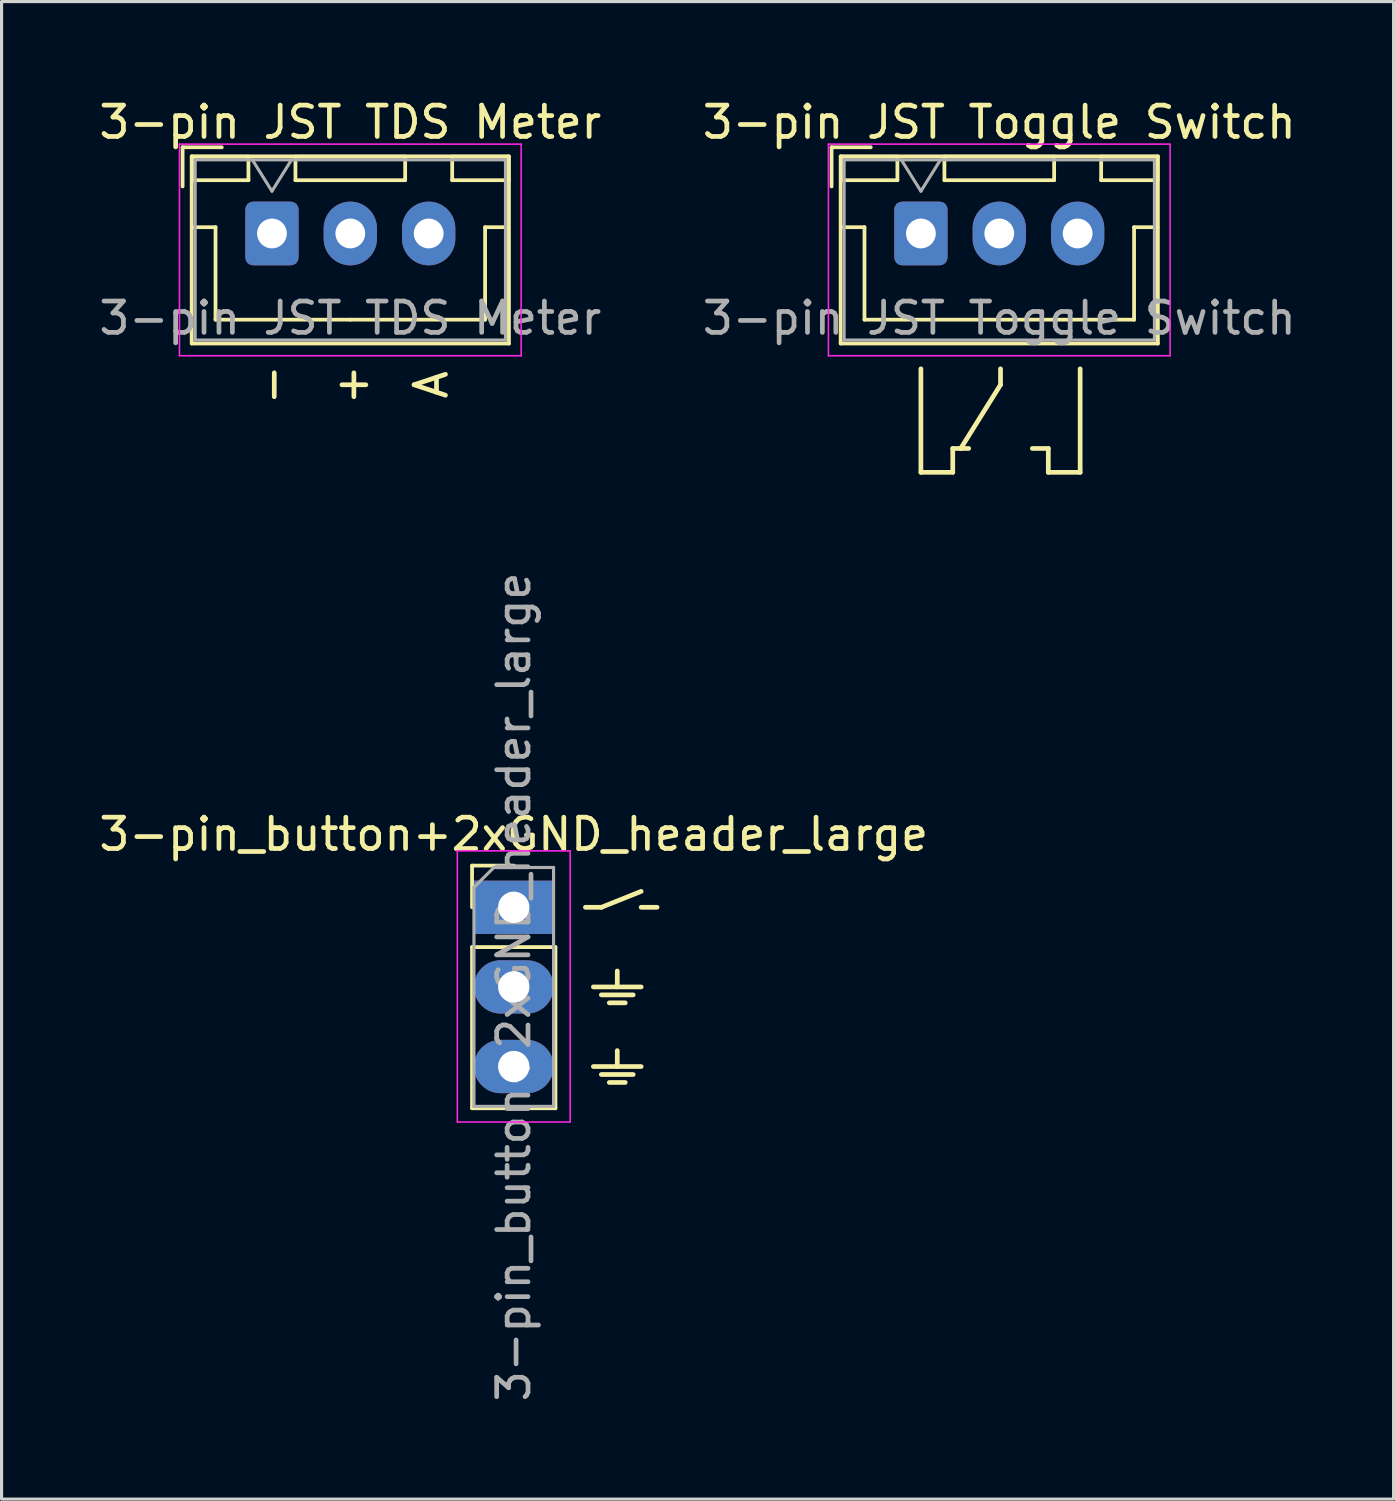
<source format=kicad_pcb>
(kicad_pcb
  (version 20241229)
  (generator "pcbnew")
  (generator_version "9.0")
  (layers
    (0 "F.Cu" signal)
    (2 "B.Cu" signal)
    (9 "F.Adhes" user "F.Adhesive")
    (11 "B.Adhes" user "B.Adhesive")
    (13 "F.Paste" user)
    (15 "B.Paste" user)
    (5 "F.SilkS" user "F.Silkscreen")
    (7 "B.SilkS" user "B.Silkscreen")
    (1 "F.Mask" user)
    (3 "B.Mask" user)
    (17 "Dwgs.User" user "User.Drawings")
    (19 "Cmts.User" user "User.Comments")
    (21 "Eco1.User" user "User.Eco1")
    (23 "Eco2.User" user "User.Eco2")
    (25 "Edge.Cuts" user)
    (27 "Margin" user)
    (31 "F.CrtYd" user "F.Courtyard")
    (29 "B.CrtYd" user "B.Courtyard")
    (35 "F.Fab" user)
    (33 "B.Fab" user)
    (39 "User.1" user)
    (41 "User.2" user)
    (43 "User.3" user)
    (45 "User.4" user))
  (footprint "3-pin JST Toggle Switch"
    (layer "F.Cu")
    (at 26.327 4.398)
    (property "Reference" "3-pin JST Toggle Switch" (at 2.5 -3.55 0) (layer "F.SilkS") (effects (font (size 1 1) (thickness 0.15))))
    (attr through_hole)
    (fp_line (start -2.85 -2.75) (end -2.85 -1.5) (stroke (width 0.12) (type solid)) (layer "F.SilkS"))
    (fp_line (start -2.56 -2.46) (end -2.56 3.51) (stroke (width 0.12) (type solid)) (layer "F.SilkS"))
    (fp_line (start -2.56 3.51) (end 7.56 3.51) (stroke (width 0.12) (type solid)) (layer "F.SilkS"))
    (fp_line (start -2.55 -2.45) (end -2.55 -1.7) (stroke (width 0.12) (type solid)) (layer "F.SilkS"))
    (fp_line (start -2.55 -1.7) (end -0.75 -1.7) (stroke (width 0.12) (type solid)) (layer "F.SilkS"))
    (fp_line (start -2.55 -0.2) (end -1.8 -0.2) (stroke (width 0.12) (type solid)) (layer "F.SilkS"))
    (fp_line (start -1.8 -0.2) (end -1.8 2.75) (stroke (width 0.12) (type solid)) (layer "F.SilkS"))
    (fp_line (start -1.8 2.75) (end 2.5 2.75) (stroke (width 0.12) (type solid)) (layer "F.SilkS"))
    (fp_line (start -1.6 -2.75) (end -2.85 -2.75) (stroke (width 0.12) (type solid)) (layer "F.SilkS"))
    (fp_line (start -0.75 -2.45) (end -2.55 -2.45) (stroke (width 0.12) (type solid)) (layer "F.SilkS"))
    (fp_line (start -0.75 -1.7) (end -0.75 -2.45) (stroke (width 0.12) (type solid)) (layer "F.SilkS"))
    (fp_line (start 0 7.62) (end 0 4.318) (stroke (width 0.15) (type solid)) (layer "F.SilkS"))
    (fp_line (start 0.75 -2.45) (end 0.75 -1.7) (stroke (width 0.12) (type solid)) (layer "F.SilkS"))
    (fp_line (start 0.75 -1.7) (end 4.25 -1.7) (stroke (width 0.12) (type solid)) (layer "F.SilkS"))
    (fp_line (start 1.016 6.858) (end 1.016 7.62) (stroke (width 0.15) (type solid)) (layer "F.SilkS"))
    (fp_line (start 1.016 7.62) (end 0 7.62) (stroke (width 0.15) (type solid)) (layer "F.SilkS"))
    (fp_line (start 1.27 6.858) (end 1.016 6.858) (stroke (width 0.15) (type solid)) (layer "F.SilkS"))
    (fp_line (start 1.524 6.858) (end 1.27 6.858) (stroke (width 0.15) (type solid)) (layer "F.SilkS"))
    (fp_line (start 2.54 4.318) (end 2.54 4.826) (stroke (width 0.15) (type solid)) (layer "F.SilkS"))
    (fp_line (start 2.54 4.826) (end 1.27 6.858) (stroke (width 0.15) (type solid)) (layer "F.SilkS"))
    (fp_line (start 3.556 6.858) (end 4.064 6.858) (stroke (width 0.15) (type solid)) (layer "F.SilkS"))
    (fp_line (start 4.064 6.858) (end 4.064 7.62) (stroke (width 0.15) (type solid)) (layer "F.SilkS"))
    (fp_line (start 4.064 7.62) (end 5.08 7.62) (stroke (width 0.15) (type solid)) (layer "F.SilkS"))
    (fp_line (start 4.25 -2.45) (end 0.75 -2.45) (stroke (width 0.12) (type solid)) (layer "F.SilkS"))
    (fp_line (start 4.25 -1.7) (end 4.25 -2.45) (stroke (width 0.12) (type solid)) (layer "F.SilkS"))
    (fp_line (start 5.08 7.62) (end 5.08 4.318) (stroke (width 0.15) (type solid)) (layer "F.SilkS"))
    (fp_line (start 5.75 -2.45) (end 5.75 -1.7) (stroke (width 0.12) (type solid)) (layer "F.SilkS"))
    (fp_line (start 5.75 -1.7) (end 7.55 -1.7) (stroke (width 0.12) (type solid)) (layer "F.SilkS"))
    (fp_line (start 6.8 -0.2) (end 6.8 2.75) (stroke (width 0.12) (type solid)) (layer "F.SilkS"))
    (fp_line (start 6.8 2.75) (end 2.5 2.75) (stroke (width 0.12) (type solid)) (layer "F.SilkS"))
    (fp_line (start 7.55 -2.45) (end 5.75 -2.45) (stroke (width 0.12) (type solid)) (layer "F.SilkS"))
    (fp_line (start 7.55 -1.7) (end 7.55 -2.45) (stroke (width 0.12) (type solid)) (layer "F.SilkS"))
    (fp_line (start 7.55 -0.2) (end 6.8 -0.2) (stroke (width 0.12) (type solid)) (layer "F.SilkS"))
    (fp_line (start 7.56 -2.46) (end -2.56 -2.46) (stroke (width 0.12) (type solid)) (layer "F.SilkS"))
    (fp_line (start 7.56 3.51) (end 7.56 -2.46) (stroke (width 0.12) (type solid)) (layer "F.SilkS"))
    (fp_line (start -2.95 -2.85) (end -2.95 3.9) (stroke (width 0.05) (type solid)) (layer "F.CrtYd"))
    (fp_line (start -2.95 3.9) (end 7.95 3.9) (stroke (width 0.05) (type solid)) (layer "F.CrtYd"))
    (fp_line (start 7.95 -2.85) (end -2.95 -2.85) (stroke (width 0.05) (type solid)) (layer "F.CrtYd"))
    (fp_line (start 7.95 3.9) (end 7.95 -2.85) (stroke (width 0.05) (type solid)) (layer "F.CrtYd"))
    (fp_line (start -2.45 -2.35) (end -2.45 3.4) (stroke (width 0.1) (type solid)) (layer "F.Fab"))
    (fp_line (start -2.45 3.4) (end 7.45 3.4) (stroke (width 0.1) (type solid)) (layer "F.Fab"))
    (fp_line (start -0.625 -2.35) (end 0 -1.35) (stroke (width 0.1) (type solid)) (layer "F.Fab"))
    (fp_line (start 0 -1.35) (end 0.625 -2.35) (stroke (width 0.1) (type solid)) (layer "F.Fab"))
    (fp_line (start 7.45 -2.35) (end -2.45 -2.35) (stroke (width 0.1) (type solid)) (layer "F.Fab"))
    (fp_line (start 7.45 3.4) (end 7.45 -2.35) (stroke (width 0.1) (type solid)) (layer "F.Fab"))
    (fp_text user "${REFERENCE}" (at 2.5 2.7 0) (layer "F.Fab") (effects (font (size 1 1) (thickness 0.15))))
    (pad "1" thru_hole roundrect (at 0 0) (size 1.7 2.032) (drill 0.95) (layers "*.Cu" "*.Mask") (roundrect_rratio 0.147))
    (pad "2" thru_hole oval (at 2.5 0) (size 1.7 2.032) (drill 0.95) (layers "*.Cu" "*.Mask"))
    (pad "3" thru_hole oval (at 5 0) (size 1.7 2.032) (drill 0.95) (layers "*.Cu" "*.Mask")))
  (footprint "3-pin JST TDS Meter"
    (layer "F.Cu")
    (at 5.625 4.398)
    (property "Reference" "3-pin JST TDS Meter" (at 2.5 -3.55 0) (layer "F.SilkS") (effects (font (size 1 1) (thickness 0.15))))
    (attr through_hole)
    (fp_line (start -2.85 -2.75) (end -2.85 -1.5) (stroke (width 0.12) (type solid)) (layer "F.SilkS"))
    (fp_line (start -2.56 -2.46) (end -2.56 3.51) (stroke (width 0.12) (type solid)) (layer "F.SilkS"))
    (fp_line (start -2.56 3.51) (end 7.56 3.51) (stroke (width 0.12) (type solid)) (layer "F.SilkS"))
    (fp_line (start -2.55 -2.45) (end -2.55 -1.7) (stroke (width 0.12) (type solid)) (layer "F.SilkS"))
    (fp_line (start -2.55 -1.7) (end -0.75 -1.7) (stroke (width 0.12) (type solid)) (layer "F.SilkS"))
    (fp_line (start -2.55 -0.2) (end -1.8 -0.2) (stroke (width 0.12) (type solid)) (layer "F.SilkS"))
    (fp_line (start -1.8 -0.2) (end -1.8 2.75) (stroke (width 0.12) (type solid)) (layer "F.SilkS"))
    (fp_line (start -1.8 2.75) (end 2.5 2.75) (stroke (width 0.12) (type solid)) (layer "F.SilkS"))
    (fp_line (start -1.6 -2.75) (end -2.85 -2.75) (stroke (width 0.12) (type solid)) (layer "F.SilkS"))
    (fp_line (start -0.75 -2.45) (end -2.55 -2.45) (stroke (width 0.12) (type solid)) (layer "F.SilkS"))
    (fp_line (start -0.75 -1.7) (end -0.75 -2.45) (stroke (width 0.12) (type solid)) (layer "F.SilkS"))
    (fp_line (start 0.75 -2.45) (end 0.75 -1.7) (stroke (width 0.12) (type solid)) (layer "F.SilkS"))
    (fp_line (start 0.75 -1.7) (end 4.25 -1.7) (stroke (width 0.12) (type solid)) (layer "F.SilkS"))
    (fp_line (start 4.25 -2.45) (end 0.75 -2.45) (stroke (width 0.12) (type solid)) (layer "F.SilkS"))
    (fp_line (start 4.25 -1.7) (end 4.25 -2.45) (stroke (width 0.12) (type solid)) (layer "F.SilkS"))
    (fp_line (start 5.75 -2.45) (end 5.75 -1.7) (stroke (width 0.12) (type solid)) (layer "F.SilkS"))
    (fp_line (start 5.75 -1.7) (end 7.55 -1.7) (stroke (width 0.12) (type solid)) (layer "F.SilkS"))
    (fp_line (start 6.8 -0.2) (end 6.8 2.75) (stroke (width 0.12) (type solid)) (layer "F.SilkS"))
    (fp_line (start 6.8 2.75) (end 2.5 2.75) (stroke (width 0.12) (type solid)) (layer "F.SilkS"))
    (fp_line (start 7.55 -2.45) (end 5.75 -2.45) (stroke (width 0.12) (type solid)) (layer "F.SilkS"))
    (fp_line (start 7.55 -1.7) (end 7.55 -2.45) (stroke (width 0.12) (type solid)) (layer "F.SilkS"))
    (fp_line (start 7.55 -0.2) (end 6.8 -0.2) (stroke (width 0.12) (type solid)) (layer "F.SilkS"))
    (fp_line (start 7.56 -2.46) (end -2.56 -2.46) (stroke (width 0.12) (type solid)) (layer "F.SilkS"))
    (fp_line (start 7.56 3.51) (end 7.56 -2.46) (stroke (width 0.12) (type solid)) (layer "F.SilkS"))
    (fp_line (start -2.95 -2.85) (end -2.95 3.9) (stroke (width 0.05) (type solid)) (layer "F.CrtYd"))
    (fp_line (start -2.95 3.9) (end 7.95 3.9) (stroke (width 0.05) (type solid)) (layer "F.CrtYd"))
    (fp_line (start 7.95 -2.85) (end -2.95 -2.85) (stroke (width 0.05) (type solid)) (layer "F.CrtYd"))
    (fp_line (start 7.95 3.9) (end 7.95 -2.85) (stroke (width 0.05) (type solid)) (layer "F.CrtYd"))
    (fp_line (start -2.45 -2.35) (end -2.45 3.4) (stroke (width 0.1) (type solid)) (layer "F.Fab"))
    (fp_line (start -2.45 3.4) (end 7.45 3.4) (stroke (width 0.1) (type solid)) (layer "F.Fab"))
    (fp_line (start -0.625 -2.35) (end 0 -1.35) (stroke (width 0.1) (type solid)) (layer "F.Fab"))
    (fp_line (start 0 -1.35) (end 0.625 -2.35) (stroke (width 0.1) (type solid)) (layer "F.Fab"))
    (fp_line (start 7.45 -2.35) (end -2.45 -2.35) (stroke (width 0.1) (type solid)) (layer "F.Fab"))
    (fp_line (start 7.45 3.4) (end 7.45 -2.35) (stroke (width 0.1) (type solid)) (layer "F.Fab"))
    (fp_text user "+" (at 2.54 4.826 90) (unlocked yes) (layer "F.SilkS") (effects (font (size 1 1) (thickness 0.15))))
    (fp_text user "A" (at 5.08 4.826 90) (unlocked yes) (layer "F.SilkS") (effects (font (size 1 1) (thickness 0.15))))
    (fp_text user "-" (at 0 4.826 90) (unlocked yes) (layer "F.SilkS") (effects (font (size 1 1) (thickness 0.15))))
    (fp_text user "${REFERENCE}" (at 2.5 2.7 0) (layer "F.Fab") (effects (font (size 1 1) (thickness 0.15))))
    (pad "1" thru_hole roundrect (at 0 0) (size 1.7 2.032) (drill 0.95) (layers "*.Cu" "*.Mask") (roundrect_rratio 0.147))
    (pad "2" thru_hole oval (at 2.5 0) (size 1.7 2.032) (drill 0.95) (layers "*.Cu" "*.Mask"))
    (pad "3" thru_hole oval (at 5 0) (size 1.7 2.032) (drill 0.95) (layers "*.Cu" "*.Mask")))
  (footprint "3-pin_button+2xGND_header_large"
    (layer "F.Cu")
    (at 13.339 25.893)
    (property "Reference" "3-pin_button+2xGND_header_large" (at 0 -2.33 0) (layer "F.SilkS") (effects (font (size 1 1) (thickness 0.15))))
    (attr through_hole)
    (fp_line (start -1.33 -1.33) (end 0 -1.33) (stroke (width 0.12) (type solid)) (layer "F.SilkS"))
    (fp_line (start -1.33 0) (end -1.33 -1.33) (stroke (width 0.12) (type solid)) (layer "F.SilkS"))
    (fp_line (start -1.33 1.27) (end -1.33 6.41) (stroke (width 0.12) (type solid)) (layer "F.SilkS"))
    (fp_line (start -1.33 1.27) (end 1.33 1.27) (stroke (width 0.12) (type solid)) (layer "F.SilkS"))
    (fp_line (start -1.33 6.41) (end 1.33 6.41) (stroke (width 0.12) (type solid)) (layer "F.SilkS"))
    (fp_line (start 1.33 1.27) (end 1.33 6.41) (stroke (width 0.12) (type solid)) (layer "F.SilkS"))
    (fp_line (start 2.286 0) (end 2.794 0) (stroke (width 0.15) (type solid)) (layer "F.SilkS"))
    (fp_line (start 2.54 2.54) (end 4.064 2.54) (stroke (width 0.15) (type solid)) (layer "F.SilkS"))
    (fp_line (start 2.54 5.08) (end 4.064 5.08) (stroke (width 0.15) (type solid)) (layer "F.SilkS"))
    (fp_line (start 2.794 0) (end 4.064 -0.508) (stroke (width 0.15) (type solid)) (layer "F.SilkS"))
    (fp_line (start 2.794 2.794) (end 3.81 2.794) (stroke (width 0.15) (type solid)) (layer "F.SilkS"))
    (fp_line (start 2.794 5.334) (end 3.81 5.334) (stroke (width 0.15) (type solid)) (layer "F.SilkS"))
    (fp_line (start 3.048 3.048) (end 3.556 3.048) (stroke (width 0.15) (type solid)) (layer "F.SilkS"))
    (fp_line (start 3.048 5.588) (end 3.556 5.588) (stroke (width 0.15) (type solid)) (layer "F.SilkS"))
    (fp_line (start 3.302 2.54) (end 3.302 2.032) (stroke (width 0.15) (type solid)) (layer "F.SilkS"))
    (fp_line (start 3.302 5.08) (end 3.302 4.572) (stroke (width 0.15) (type solid)) (layer "F.SilkS"))
    (fp_line (start 4.064 0) (end 4.572 0) (stroke (width 0.15) (type solid)) (layer "F.SilkS"))
    (fp_line (start -1.8 -1.8) (end -1.8 6.85) (stroke (width 0.05) (type solid)) (layer "F.CrtYd"))
    (fp_line (start -1.8 6.85) (end 1.8 6.85) (stroke (width 0.05) (type solid)) (layer "F.CrtYd"))
    (fp_line (start 1.8 -1.8) (end -1.8 -1.8) (stroke (width 0.05) (type solid)) (layer "F.CrtYd"))
    (fp_line (start 1.8 6.85) (end 1.8 -1.8) (stroke (width 0.05) (type solid)) (layer "F.CrtYd"))
    (fp_line (start -1.27 -0.635) (end -0.635 -1.27) (stroke (width 0.1) (type solid)) (layer "F.Fab"))
    (fp_line (start -1.27 6.35) (end -1.27 -0.635) (stroke (width 0.1) (type solid)) (layer "F.Fab"))
    (fp_line (start -0.635 -1.27) (end 1.27 -1.27) (stroke (width 0.1) (type solid)) (layer "F.Fab"))
    (fp_line (start 1.27 -1.27) (end 1.27 6.35) (stroke (width 0.1) (type solid)) (layer "F.Fab"))
    (fp_line (start 1.27 6.35) (end -1.27 6.35) (stroke (width 0.1) (type solid)) (layer "F.Fab"))
    (fp_text user "${REFERENCE}" (at 0 2.54 90) (layer "F.Fab") (effects (font (size 1 1) (thickness 0.15))))
    (pad "1" thru_hole rect (at 0 0) (size 2.54 1.7) (drill 1) (layers "*.Cu" "*.Mask"))
    (pad "2" thru_hole oval (at 0 2.54) (size 2.54 1.7) (drill 1) (layers "*.Cu" "*.Mask"))
    (pad "3" thru_hole oval (at 0 5.08) (size 2.54 1.7) (drill 1) (layers "*.Cu" "*.Mask")))
  (gr_rect
    (start -3 -3)
    (end 41.405 44.772)
    (stroke (width 0.1) (type default))
    (fill no)
    (layer "Edge.Cuts")))
</source>
